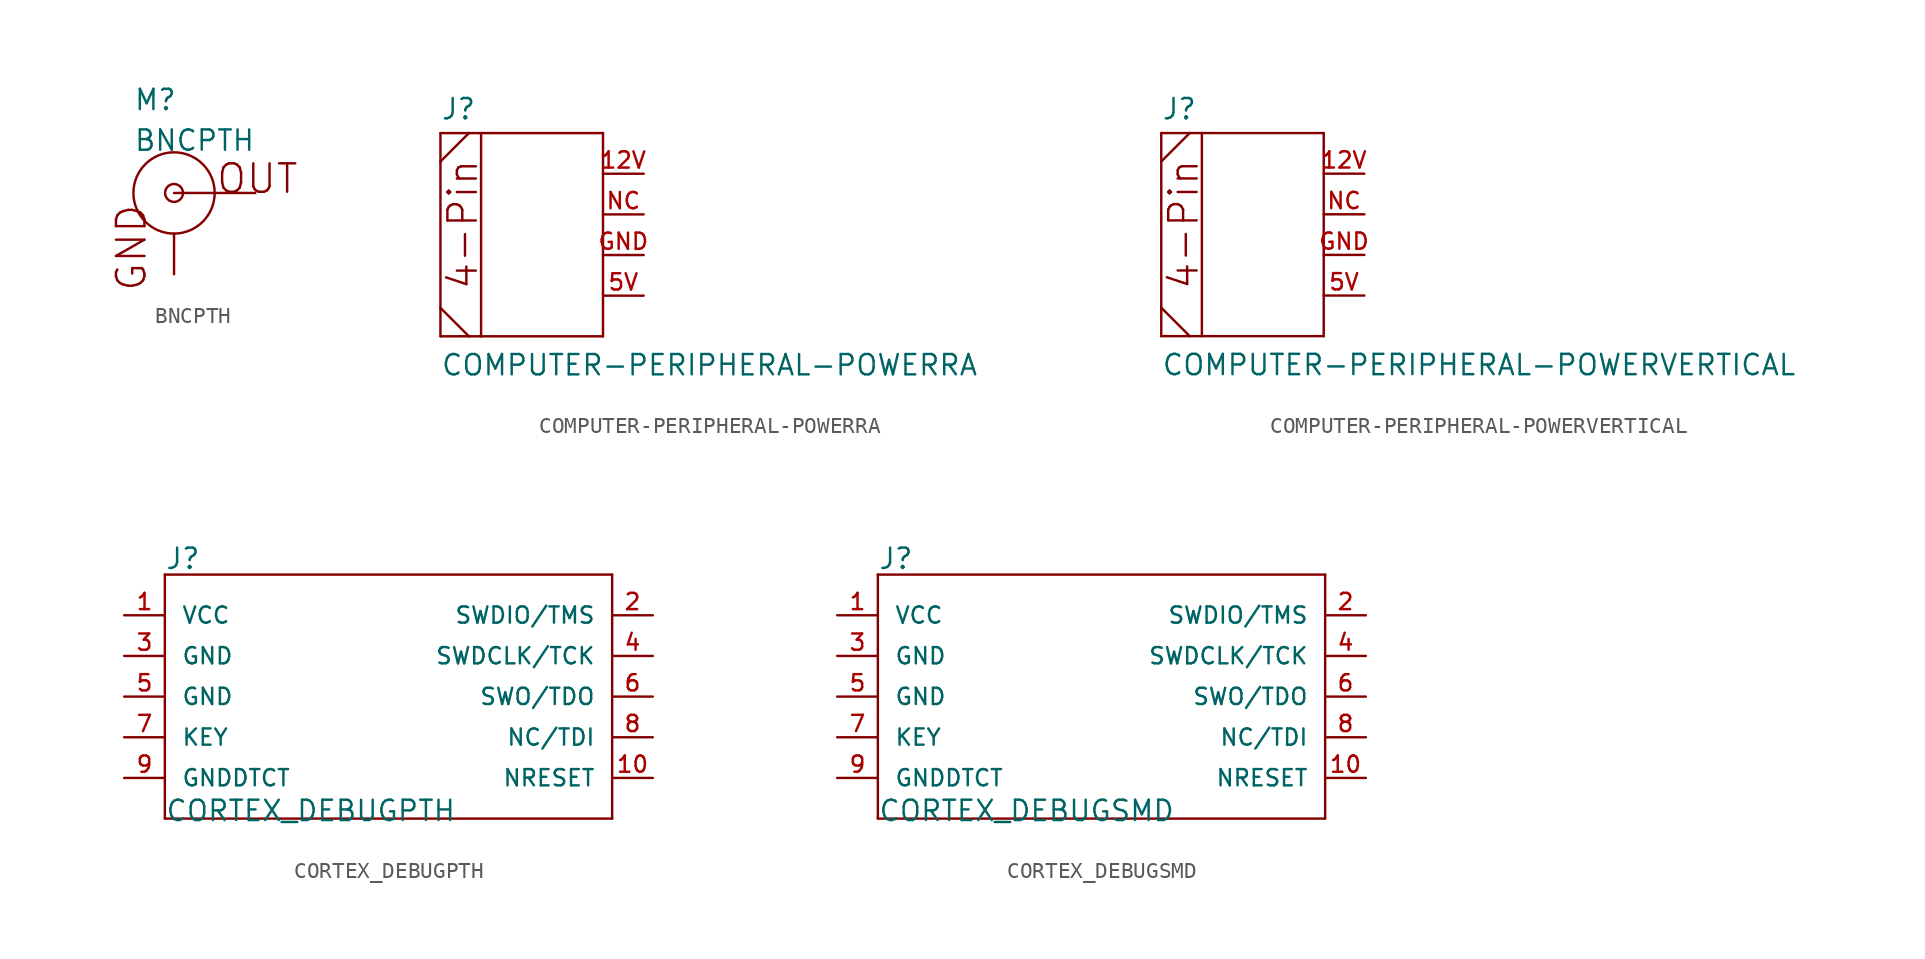
<source format=kicad_sym>
(kicad_symbol_lib
  (version 20211014)
  (generator kicad_symbol_editor)
  (symbol "BNCPTH"
    (pin_numbers hide)
    (pin_names
      (offset 1.016) hide)
    (property "Reference" "M"
      (at -2.54 5.08 0)
      (effects (font (size 1.27 1.27)) (justify left bottom)))
    (property "Value" "BNCPTH"
      (at -2.54 2.54 0)
      (effects (font (size 1.27 1.27)) (justify left bottom)))
    (property "Datasheet" ""
      (at 0 0 0)
      (effects (font (size 1.524 1.524))))
    (property "ki_locked" ""
      (at 0 0 0)
      (effects (font (size 1.27 1.27))))
    (symbol "BNCPTH_1_0"
      (text "GND" (at -2.667 -3.429 1800) (effects (font (size 1.778 1.778))))
      (text "OUT" (at 5.207 0.889 0) (effects (font (size 1.778 1.778)))))
    (symbol "BNCPTH_1_1"
      (circle (center 0 0) (radius 0.559) (stroke (width 0) (type default) (color 0 0 0 0)) (fill (type none)))
      (circle (center 0 0) (radius 2.54) (stroke (width 0) (type default) (color 0 0 0 0)) (fill (type none)))
      (pin bidirectional line (at 0 -5.08 90) (length 2.54) (name "GND" (effects (font (size 1.016 1.016)))) (number "GND" (effects (font (size 1.016 1.016)))))
      (pin bidirectional line (at 5.08 0 180) (length 5.08) (name "OUT" (effects (font (size 1.016 1.016)))) (number "S" (effects (font (size 1.016 1.016)))))))
  (symbol "COMPUTER-PERIPHERAL-POWERRA"
    (pin_names
      (offset 1.016) hide)
    (property "Reference" "J"
      (at -5.08 5.842 0)
      (effects (font (size 1.27 1.27)) (justify left bottom)))
    (property "Value" "COMPUTER-PERIPHERAL-POWERRA"
      (at -5.08 -10.16 0)
      (effects (font (size 1.27 1.27)) (justify left bottom)))
    (property "Datasheet" ""
      (at 0 0 0)
      (effects (font (size 1.524 1.524))))
    (property "ki_locked" ""
      (at 0 0 0)
      (effects (font (size 1.27 1.27))))
    (symbol "COMPUTER-PERIPHERAL-POWERRA_1_0"
      (polyline (pts (xy -5.08 -5.842) (xy -5.08 -7.62)) (stroke (width 0) (type default) (color 0 0 0 0)) (fill (type none)))
      (polyline (pts (xy -5.08 -5.842) (xy -3.302 -7.62)) (stroke (width 0) (type default) (color 0 0 0 0)) (fill (type none)))
      (polyline (pts (xy -5.08 3.302) (xy -5.08 -5.842)) (stroke (width 0) (type default) (color 0 0 0 0)) (fill (type none)))
      (polyline (pts (xy -5.08 5.08) (xy -5.08 3.302)) (stroke (width 0) (type default) (color 0 0 0 0)) (fill (type none)))
      (polyline (pts (xy -5.08 5.08) (xy -3.302 5.08)) (stroke (width 0) (type default) (color 0 0 0 0)) (fill (type none)))
      (polyline (pts (xy -3.302 -7.62) (xy -5.08 -7.62)) (stroke (width 0) (type default) (color 0 0 0 0)) (fill (type none)))
      (polyline (pts (xy -3.302 5.08) (xy -5.08 3.302)) (stroke (width 0) (type default) (color 0 0 0 0)) (fill (type none)))
      (polyline (pts (xy -3.302 5.08) (xy -2.54 5.08)) (stroke (width 0) (type default) (color 0 0 0 0)) (fill (type none)))
      (polyline (pts (xy -2.54 -7.62) (xy -3.302 -7.62)) (stroke (width 0) (type default) (color 0 0 0 0)) (fill (type none)))
      (polyline (pts (xy -2.54 5.08) (xy -2.54 -7.62)) (stroke (width 0) (type default) (color 0 0 0 0)) (fill (type none)))
      (polyline (pts (xy -2.54 5.08) (xy 5.08 5.08)) (stroke (width 0) (type default) (color 0 0 0 0)) (fill (type none)))
      (polyline (pts (xy 5.08 -7.62) (xy -2.54 -7.62)) (stroke (width 0) (type default) (color 0 0 0 0)) (fill (type none)))
      (polyline (pts (xy 5.08 -7.62) (xy 5.08 5.08)) (stroke (width 0) (type default) (color 0 0 0 0)) (fill (type none)))
      (text "4-Pin" (at -3.683 -0.635 900) (effects (font (size 1.778 1.778)))))
    (symbol "COMPUTER-PERIPHERAL-POWERRA_1_1"
      (pin passive line (at 7.62 2.54 180) (length 2.54) (name "12V" (effects (font (size 1.016 1.016)))) (number "12V" (effects (font (size 1.016 1.016)))))
      (pin passive line (at 7.62 -5.08 180) (length 2.54) (name "5V" (effects (font (size 1.016 1.016)))) (number "5V" (effects (font (size 1.016 1.016)))))
      (pin passive line (at 7.62 -2.54 180) (length 2.54) (name "GND" (effects (font (size 1.016 1.016)))) (number "GND" (effects (font (size 1.016 1.016)))))
      (pin passive line (at 7.62 0 180) (length 2.54) (name "NC" (effects (font (size 1.016 1.016)))) (number "NC" (effects (font (size 1.016 1.016)))))))
  (symbol "COMPUTER-PERIPHERAL-POWERVERTICAL"
    (pin_names
      (offset 1.016) hide)
    (property "Reference" "J"
      (at -5.08 5.842 0)
      (effects (font (size 1.27 1.27)) (justify left bottom)))
    (property "Value" "COMPUTER-PERIPHERAL-POWERVERTICAL"
      (at -5.08 -10.16 0)
      (effects (font (size 1.27 1.27)) (justify left bottom)))
    (property "Datasheet" ""
      (at 0 0 0)
      (effects (font (size 1.524 1.524))))
    (property "ki_locked" ""
      (at 0 0 0)
      (effects (font (size 1.27 1.27))))
    (symbol "COMPUTER-PERIPHERAL-POWERVERTICAL_1_0"
      (polyline (pts (xy -5.08 -5.842) (xy -5.08 -7.62)) (stroke (width 0) (type default) (color 0 0 0 0)) (fill (type none)))
      (polyline (pts (xy -5.08 -5.842) (xy -3.302 -7.62)) (stroke (width 0) (type default) (color 0 0 0 0)) (fill (type none)))
      (polyline (pts (xy -5.08 3.302) (xy -5.08 -5.842)) (stroke (width 0) (type default) (color 0 0 0 0)) (fill (type none)))
      (polyline (pts (xy -5.08 5.08) (xy -5.08 3.302)) (stroke (width 0) (type default) (color 0 0 0 0)) (fill (type none)))
      (polyline (pts (xy -5.08 5.08) (xy -3.302 5.08)) (stroke (width 0) (type default) (color 0 0 0 0)) (fill (type none)))
      (polyline (pts (xy -3.302 -7.62) (xy -5.08 -7.62)) (stroke (width 0) (type default) (color 0 0 0 0)) (fill (type none)))
      (polyline (pts (xy -3.302 5.08) (xy -5.08 3.302)) (stroke (width 0) (type default) (color 0 0 0 0)) (fill (type none)))
      (polyline (pts (xy -3.302 5.08) (xy -2.54 5.08)) (stroke (width 0) (type default) (color 0 0 0 0)) (fill (type none)))
      (polyline (pts (xy -2.54 -7.62) (xy -3.302 -7.62)) (stroke (width 0) (type default) (color 0 0 0 0)) (fill (type none)))
      (polyline (pts (xy -2.54 5.08) (xy -2.54 -7.62)) (stroke (width 0) (type default) (color 0 0 0 0)) (fill (type none)))
      (polyline (pts (xy -2.54 5.08) (xy 5.08 5.08)) (stroke (width 0) (type default) (color 0 0 0 0)) (fill (type none)))
      (polyline (pts (xy 5.08 -7.62) (xy -2.54 -7.62)) (stroke (width 0) (type default) (color 0 0 0 0)) (fill (type none)))
      (polyline (pts (xy 5.08 -7.62) (xy 5.08 5.08)) (stroke (width 0) (type default) (color 0 0 0 0)) (fill (type none)))
      (text "4-Pin" (at -3.683 -0.635 900) (effects (font (size 1.778 1.778)))))
    (symbol "COMPUTER-PERIPHERAL-POWERVERTICAL_1_1"
      (pin passive line (at 7.62 2.54 180) (length 2.54) (name "12V" (effects (font (size 1.016 1.016)))) (number "12V" (effects (font (size 1.016 1.016)))))
      (pin passive line (at 7.62 -5.08 180) (length 2.54) (name "5V" (effects (font (size 1.016 1.016)))) (number "5V" (effects (font (size 1.016 1.016)))))
      (pin passive line (at 7.62 -2.54 180) (length 2.54) (name "GND" (effects (font (size 1.016 1.016)))) (number "GND" (effects (font (size 1.016 1.016)))))
      (pin passive line (at 7.62 0 180) (length 2.54) (name "NC" (effects (font (size 1.016 1.016)))) (number "NC" (effects (font (size 1.016 1.016)))))))
  (symbol "CORTEX_DEBUGPTH"
    (pin_names
      (offset 1.016))
    (property "Reference" "J"
      (at -12.7 7.874 0)
      (effects (font (size 1.27 1.27)) (justify left bottom)))
    (property "Value" "CORTEX_DEBUGPTH"
      (at -12.7 -7.874 0)
      (effects (font (size 1.27 1.27)) (justify left bottom)))
    (property "Datasheet" ""
      (at 0 0 0)
      (effects (font (size 1.524 1.524))))
    (property "ki_locked" ""
      (at 0 0 0)
      (effects (font (size 1.27 1.27))))
    (symbol "CORTEX_DEBUGPTH_1_0"
      (polyline (pts (xy -12.7 -7.62) (xy -12.7 7.62)) (stroke (width 0) (type default) (color 0 0 0 0)) (fill (type none)))
      (polyline (pts (xy -12.7 7.62) (xy 15.24 7.62)) (stroke (width 0) (type default) (color 0 0 0 0)) (fill (type none)))
      (polyline (pts (xy 15.24 -7.62) (xy -12.7 -7.62)) (stroke (width 0) (type default) (color 0 0 0 0)) (fill (type none)))
      (polyline (pts (xy 15.24 7.62) (xy 15.24 -7.62)) (stroke (width 0) (type default) (color 0 0 0 0)) (fill (type none))))
    (symbol "CORTEX_DEBUGPTH_1_1"
      (pin bidirectional line (at -15.24 5.08 0) (length 2.54) (name "VCC" (effects (font (size 1.016 1.016)))) (number "1" (effects (font (size 1.016 1.016)))))
      (pin bidirectional line (at 17.78 -5.08 180) (length 2.54) (name "NRESET" (effects (font (size 1.016 1.016)))) (number "10" (effects (font (size 1.016 1.016)))))
      (pin bidirectional line (at 17.78 5.08 180) (length 2.54) (name "SWDIO/TMS" (effects (font (size 1.016 1.016)))) (number "2" (effects (font (size 1.016 1.016)))))
      (pin bidirectional line (at -15.24 2.54 0) (length 2.54) (name "GND" (effects (font (size 1.016 1.016)))) (number "3" (effects (font (size 1.016 1.016)))))
      (pin bidirectional line (at 17.78 2.54 180) (length 2.54) (name "SWDCLK/TCK" (effects (font (size 1.016 1.016)))) (number "4" (effects (font (size 1.016 1.016)))))
      (pin bidirectional line (at -15.24 0 0) (length 2.54) (name "GND" (effects (font (size 1.016 1.016)))) (number "5" (effects (font (size 1.016 1.016)))))
      (pin bidirectional line (at 17.78 0 180) (length 2.54) (name "SWO/TDO" (effects (font (size 1.016 1.016)))) (number "6" (effects (font (size 1.016 1.016)))))
      (pin bidirectional line (at -15.24 -2.54 0) (length 2.54) (name "KEY" (effects (font (size 1.016 1.016)))) (number "7" (effects (font (size 1.016 1.016)))))
      (pin bidirectional line (at 17.78 -2.54 180) (length 2.54) (name "NC/TDI" (effects (font (size 1.016 1.016)))) (number "8" (effects (font (size 1.016 1.016)))))
      (pin bidirectional line (at -15.24 -5.08 0) (length 2.54) (name "GNDDTCT" (effects (font (size 1.016 1.016)))) (number "9" (effects (font (size 1.016 1.016)))))))
  (symbol "CORTEX_DEBUGSMD"
    (pin_names
      (offset 1.016))
    (property "Reference" "J"
      (at -12.7 7.874 0)
      (effects (font (size 1.27 1.27)) (justify left bottom)))
    (property "Value" "CORTEX_DEBUGSMD"
      (at -12.7 -7.874 0)
      (effects (font (size 1.27 1.27)) (justify left bottom)))
    (property "Datasheet" ""
      (at 0 0 0)
      (effects (font (size 1.524 1.524))))
    (property "ki_locked" ""
      (at 0 0 0)
      (effects (font (size 1.27 1.27))))
    (symbol "CORTEX_DEBUGSMD_1_0"
      (polyline (pts (xy -12.7 -7.62) (xy -12.7 7.62)) (stroke (width 0) (type default) (color 0 0 0 0)) (fill (type none)))
      (polyline (pts (xy -12.7 7.62) (xy 15.24 7.62)) (stroke (width 0) (type default) (color 0 0 0 0)) (fill (type none)))
      (polyline (pts (xy 15.24 -7.62) (xy -12.7 -7.62)) (stroke (width 0) (type default) (color 0 0 0 0)) (fill (type none)))
      (polyline (pts (xy 15.24 7.62) (xy 15.24 -7.62)) (stroke (width 0) (type default) (color 0 0 0 0)) (fill (type none))))
    (symbol "CORTEX_DEBUGSMD_1_1"
      (pin bidirectional line (at -15.24 5.08 0) (length 2.54) (name "VCC" (effects (font (size 1.016 1.016)))) (number "1" (effects (font (size 1.016 1.016)))))
      (pin bidirectional line (at 17.78 -5.08 180) (length 2.54) (name "NRESET" (effects (font (size 1.016 1.016)))) (number "10" (effects (font (size 1.016 1.016)))))
      (pin bidirectional line (at 17.78 5.08 180) (length 2.54) (name "SWDIO/TMS" (effects (font (size 1.016 1.016)))) (number "2" (effects (font (size 1.016 1.016)))))
      (pin bidirectional line (at -15.24 2.54 0) (length 2.54) (name "GND" (effects (font (size 1.016 1.016)))) (number "3" (effects (font (size 1.016 1.016)))))
      (pin bidirectional line (at 17.78 2.54 180) (length 2.54) (name "SWDCLK/TCK" (effects (font (size 1.016 1.016)))) (number "4" (effects (font (size 1.016 1.016)))))
      (pin bidirectional line (at -15.24 0 0) (length 2.54) (name "GND" (effects (font (size 1.016 1.016)))) (number "5" (effects (font (size 1.016 1.016)))))
      (pin bidirectional line (at 17.78 0 180) (length 2.54) (name "SWO/TDO" (effects (font (size 1.016 1.016)))) (number "6" (effects (font (size 1.016 1.016)))))
      (pin bidirectional line (at -15.24 -2.54 0) (length 2.54) (name "KEY" (effects (font (size 1.016 1.016)))) (number "7" (effects (font (size 1.016 1.016)))))
      (pin bidirectional line (at 17.78 -2.54 180) (length 2.54) (name "NC/TDI" (effects (font (size 1.016 1.016)))) (number "8" (effects (font (size 1.016 1.016)))))
      (pin bidirectional line (at -15.24 -5.08 0) (length 2.54) (name "GNDDTCT" (effects (font (size 1.016 1.016)))) (number "9" (effects (font (size 1.016 1.016))))))))
</source>
